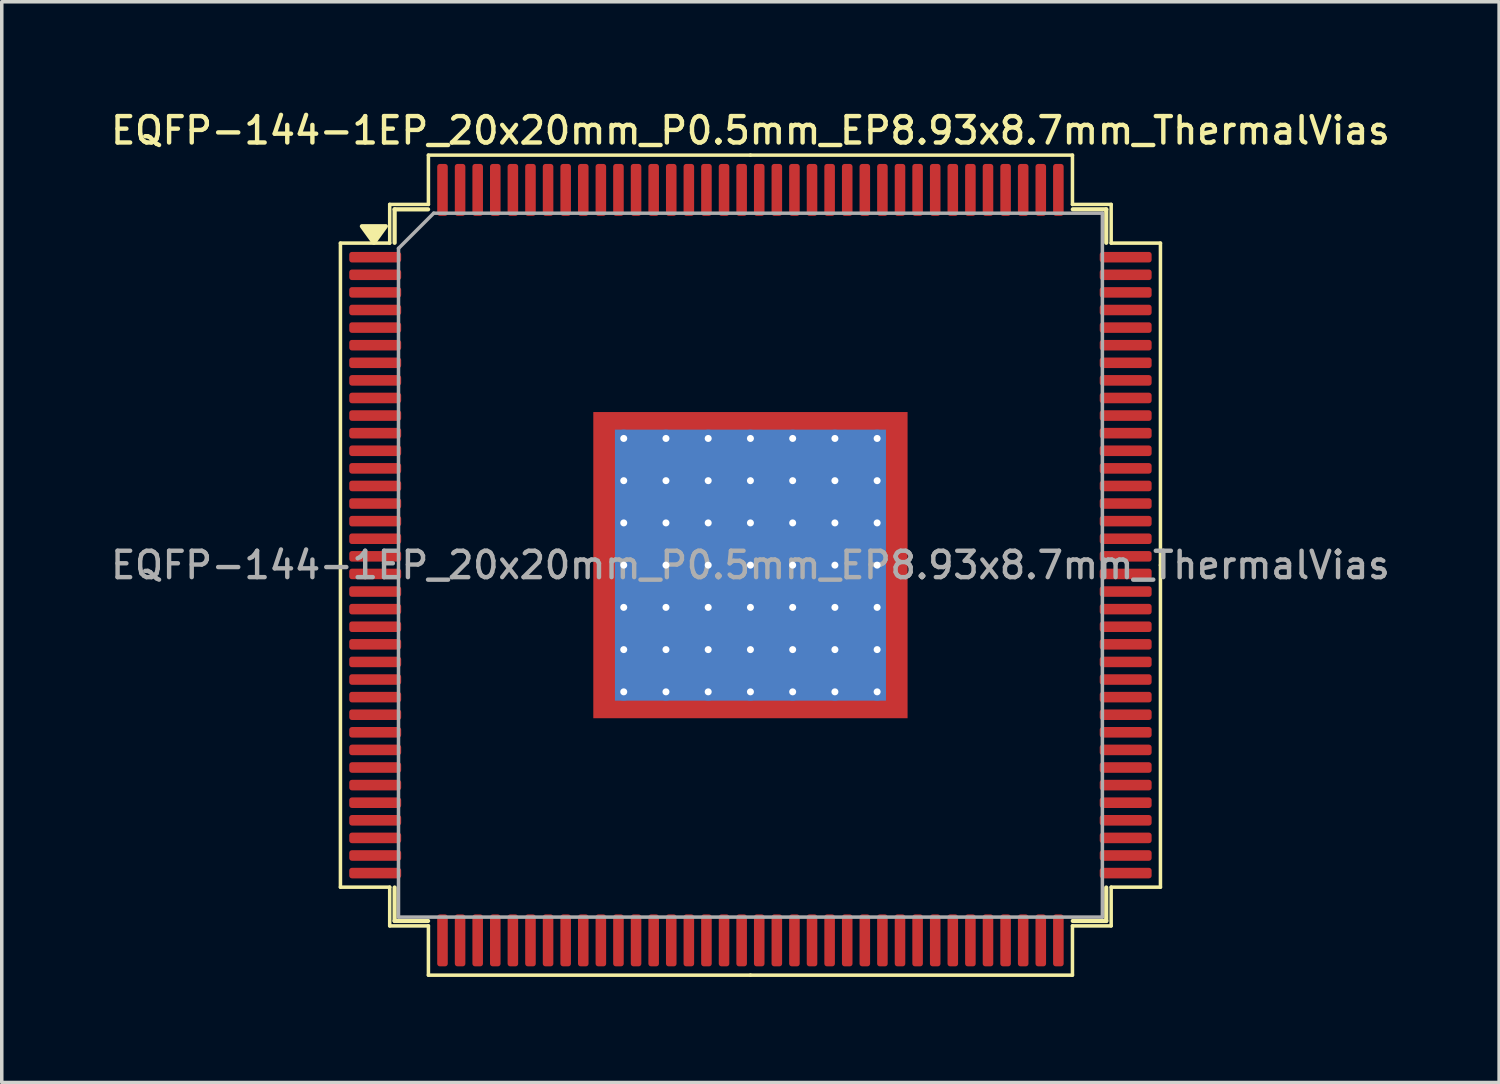
<source format=kicad_pcb>
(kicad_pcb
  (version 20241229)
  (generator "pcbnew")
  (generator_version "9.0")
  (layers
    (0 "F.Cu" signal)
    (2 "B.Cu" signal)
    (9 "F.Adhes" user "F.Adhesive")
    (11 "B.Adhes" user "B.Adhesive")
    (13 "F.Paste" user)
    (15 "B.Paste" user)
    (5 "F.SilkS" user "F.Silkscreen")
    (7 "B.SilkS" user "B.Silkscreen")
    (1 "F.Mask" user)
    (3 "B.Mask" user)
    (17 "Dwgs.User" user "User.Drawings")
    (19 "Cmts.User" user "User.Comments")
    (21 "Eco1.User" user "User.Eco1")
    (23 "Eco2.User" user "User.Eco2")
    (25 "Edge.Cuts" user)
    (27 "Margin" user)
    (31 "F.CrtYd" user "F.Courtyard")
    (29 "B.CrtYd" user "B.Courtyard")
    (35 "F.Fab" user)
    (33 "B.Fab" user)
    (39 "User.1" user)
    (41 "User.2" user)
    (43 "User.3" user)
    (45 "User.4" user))
  (footprint "EQFP-144-1EP_20x20mm_P0.5mm_EP8.93x8.7mm_ThermalVias"
    (layer "F.Cu")
    (at 18.273 13.008)
    (property "Reference" "EQFP-144-1EP_20x20mm_P0.5mm_EP8.93x8.7mm_ThermalVias" (at 0 -12.35 0) (layer "F.SilkS") (effects (font (size 0.75 0.75) (thickness 0.125))))
    (attr smd)
    (fp_line (start -11.65 -9.15) (end -11.65 0) (stroke (width 0.1) (type solid)) (layer "F.SilkS"))
    (fp_line (start -11.65 9.15) (end -11.65 0) (stroke (width 0.1) (type solid)) (layer "F.SilkS"))
    (fp_line (start -10.25 -10.25) (end -10.25 -9.15) (stroke (width 0.1) (type solid)) (layer "F.SilkS"))
    (fp_line (start -10.25 -9.15) (end -11.65 -9.15) (stroke (width 0.1) (type solid)) (layer "F.SilkS"))
    (fp_line (start -10.25 9.15) (end -11.65 9.15) (stroke (width 0.1) (type solid)) (layer "F.SilkS"))
    (fp_line (start -10.25 10.25) (end -10.25 9.15) (stroke (width 0.1) (type solid)) (layer "F.SilkS"))
    (fp_line (start -10.11 -10.11) (end -10.11 -9.16) (stroke (width 0.12) (type solid)) (layer "F.SilkS"))
    (fp_line (start -10.11 10.11) (end -10.11 9.16) (stroke (width 0.12) (type solid)) (layer "F.SilkS"))
    (fp_line (start -9.16 -10.11) (end -10.11 -10.11) (stroke (width 0.12) (type solid)) (layer "F.SilkS"))
    (fp_line (start -9.16 10.11) (end -10.11 10.11) (stroke (width 0.12) (type solid)) (layer "F.SilkS"))
    (fp_line (start -9.15 -11.65) (end -9.15 -10.25) (stroke (width 0.1) (type solid)) (layer "F.SilkS"))
    (fp_line (start -9.15 -10.25) (end -10.25 -10.25) (stroke (width 0.1) (type solid)) (layer "F.SilkS"))
    (fp_line (start -9.15 10.25) (end -10.25 10.25) (stroke (width 0.1) (type solid)) (layer "F.SilkS"))
    (fp_line (start -9.15 11.65) (end -9.15 10.25) (stroke (width 0.1) (type solid)) (layer "F.SilkS"))
    (fp_line (start 0 -11.65) (end -9.15 -11.65) (stroke (width 0.1) (type solid)) (layer "F.SilkS"))
    (fp_line (start 0 -11.65) (end 9.15 -11.65) (stroke (width 0.1) (type solid)) (layer "F.SilkS"))
    (fp_line (start 0 11.65) (end -9.15 11.65) (stroke (width 0.1) (type solid)) (layer "F.SilkS"))
    (fp_line (start 0 11.65) (end 9.15 11.65) (stroke (width 0.1) (type solid)) (layer "F.SilkS"))
    (fp_line (start 9.15 -11.65) (end 9.15 -10.25) (stroke (width 0.1) (type solid)) (layer "F.SilkS"))
    (fp_line (start 9.15 -10.25) (end 10.25 -10.25) (stroke (width 0.1) (type solid)) (layer "F.SilkS"))
    (fp_line (start 9.15 10.25) (end 10.25 10.25) (stroke (width 0.1) (type solid)) (layer "F.SilkS"))
    (fp_line (start 9.15 11.65) (end 9.15 10.25) (stroke (width 0.1) (type solid)) (layer "F.SilkS"))
    (fp_line (start 9.16 -10.11) (end 10.11 -10.11) (stroke (width 0.12) (type solid)) (layer "F.SilkS"))
    (fp_line (start 9.16 10.11) (end 10.11 10.11) (stroke (width 0.12) (type solid)) (layer "F.SilkS"))
    (fp_line (start 10.11 -10.11) (end 10.11 -9.16) (stroke (width 0.12) (type solid)) (layer "F.SilkS"))
    (fp_line (start 10.11 10.11) (end 10.11 9.16) (stroke (width 0.12) (type solid)) (layer "F.SilkS"))
    (fp_line (start 10.25 -10.25) (end 10.25 -9.15) (stroke (width 0.1) (type solid)) (layer "F.SilkS"))
    (fp_line (start 10.25 -9.15) (end 11.65 -9.15) (stroke (width 0.1) (type solid)) (layer "F.SilkS"))
    (fp_line (start 10.25 9.15) (end 11.65 9.15) (stroke (width 0.1) (type solid)) (layer "F.SilkS"))
    (fp_line (start 10.25 10.25) (end 10.25 9.15) (stroke (width 0.1) (type solid)) (layer "F.SilkS"))
    (fp_line (start 11.65 -9.15) (end 11.65 0) (stroke (width 0.1) (type solid)) (layer "F.SilkS"))
    (fp_line (start 11.65 9.15) (end 11.65 0) (stroke (width 0.1) (type solid)) (layer "F.SilkS"))
    (fp_poly (pts (xy -10.7 -9.16) (xy -11.04 -9.63) (xy -10.36 -9.63) (xy -10.7 -9.16)) (stroke (width 0.12) (type solid)) (fill yes) (layer "F.SilkS"))
    (fp_line (start -10 -9) (end -9 -10) (stroke (width 0.1) (type solid)) (layer "F.Fab"))
    (fp_line (start -10 10) (end -10 -9) (stroke (width 0.1) (type solid)) (layer "F.Fab"))
    (fp_line (start -9 -10) (end 10 -10) (stroke (width 0.1) (type solid)) (layer "F.Fab"))
    (fp_line (start 10 -10) (end 10 10) (stroke (width 0.1) (type solid)) (layer "F.Fab"))
    (fp_line (start 10 10) (end -10 10) (stroke (width 0.1) (type solid)) (layer "F.Fab"))
    (fp_text user "${REFERENCE}" (at 0 0 0) (layer "F.Fab") (effects (font (size 0.75 0.75) (thickness 0.125))))
    (pad "" smd custom (at -4.032 -3.975) (size 0.515 0.515) (layers "F.Paste") (options (anchor circle)) (primitives (gr_poly (pts (xy -0.259 -0.213) (xy 0.259 -0.213) (xy 0.259 0.139) (xy 0.185 0.213) (xy -0.259 0.213)) (width 0.179) (fill yes))))
    (pad "" smd roundrect (at -4.032 -3) (size 0.697 0.967) (layers "F.Paste") (roundrect_rratio 0.25))
    (pad "" smd roundrect (at -4.032 -1.8) (size 0.697 0.967) (layers "F.Paste") (roundrect_rratio 0.25))
    (pad "" smd roundrect (at -4.032 -0.6) (size 0.697 0.967) (layers "F.Paste") (roundrect_rratio 0.25))
    (pad "" smd roundrect (at -4.032 0.6) (size 0.697 0.967) (layers "F.Paste") (roundrect_rratio 0.25))
    (pad "" smd roundrect (at -4.032 1.8) (size 0.697 0.967) (layers "F.Paste") (roundrect_rratio 0.25))
    (pad "" smd roundrect (at -4.032 3) (size 0.697 0.967) (layers "F.Paste") (roundrect_rratio 0.25))
    (pad "" smd custom (at -4.032 3.975) (size 0.515 0.515) (layers "F.Paste") (options (anchor circle)) (primitives (gr_poly (pts (xy -0.259 -0.213) (xy 0.185 -0.213) (xy 0.259 -0.139) (xy 0.259 0.213) (xy -0.259 0.213)) (width 0.179) (fill yes))))
    (pad "" smd custom (at -3 -3.975) (size 0.538 0.538) (layers "F.Paste") (options (anchor circle)) (primitives (gr_poly (pts (xy -0.417 -0.236) (xy 0.417 -0.236) (xy 0.417 0.181) (xy 0.362 0.236) (xy -0.362 0.236) (xy -0.417 0.181)) (width 0.133) (fill yes))))
    (pad "" smd roundrect (at -3 -3) (size 0.967 0.967) (layers "F.Paste") (roundrect_rratio 0.25))
    (pad "" smd roundrect (at -3 -1.8) (size 0.967 0.967) (layers "F.Paste") (roundrect_rratio 0.25))
    (pad "" smd roundrect (at -3 -0.6) (size 0.967 0.967) (layers "F.Paste") (roundrect_rratio 0.25))
    (pad "" smd roundrect (at -3 0.6) (size 0.967 0.967) (layers "F.Paste") (roundrect_rratio 0.25))
    (pad "" smd roundrect (at -3 1.8) (size 0.967 0.967) (layers "F.Paste") (roundrect_rratio 0.25))
    (pad "" smd roundrect (at -3 3) (size 0.967 0.967) (layers "F.Paste") (roundrect_rratio 0.25))
    (pad "" smd custom (at -3 3.975) (size 0.538 0.538) (layers "F.Paste") (options (anchor circle)) (primitives (gr_poly (pts (xy -0.417 -0.181) (xy -0.362 -0.236) (xy 0.362 -0.236) (xy 0.417 -0.181) (xy 0.417 0.236) (xy -0.417 0.236)) (width 0.133) (fill yes))))
    (pad "" smd custom (at -1.8 -3.975) (size 0.538 0.538) (layers "F.Paste") (options (anchor circle)) (primitives (gr_poly (pts (xy -0.417 -0.236) (xy 0.417 -0.236) (xy 0.417 0.181) (xy 0.362 0.236) (xy -0.362 0.236) (xy -0.417 0.181)) (width 0.133) (fill yes))))
    (pad "" smd roundrect (at -1.8 -3) (size 0.967 0.967) (layers "F.Paste") (roundrect_rratio 0.25))
    (pad "" smd roundrect (at -1.8 -1.8) (size 0.967 0.967) (layers "F.Paste") (roundrect_rratio 0.25))
    (pad "" smd roundrect (at -1.8 -0.6) (size 0.967 0.967) (layers "F.Paste") (roundrect_rratio 0.25))
    (pad "" smd roundrect (at -1.8 0.6) (size 0.967 0.967) (layers "F.Paste") (roundrect_rratio 0.25))
    (pad "" smd roundrect (at -1.8 1.8) (size 0.967 0.967) (layers "F.Paste") (roundrect_rratio 0.25))
    (pad "" smd roundrect (at -1.8 3) (size 0.967 0.967) (layers "F.Paste") (roundrect_rratio 0.25))
    (pad "" smd custom (at -1.8 3.975) (size 0.538 0.538) (layers "F.Paste") (options (anchor circle)) (primitives (gr_poly (pts (xy -0.417 -0.181) (xy -0.362 -0.236) (xy 0.362 -0.236) (xy 0.417 -0.181) (xy 0.417 0.236) (xy -0.417 0.236)) (width 0.133) (fill yes))))
    (pad "" smd custom (at -0.6 -3.975) (size 0.538 0.538) (layers "F.Paste") (options (anchor circle)) (primitives (gr_poly (pts (xy -0.417 -0.236) (xy 0.417 -0.236) (xy 0.417 0.181) (xy 0.362 0.236) (xy -0.362 0.236) (xy -0.417 0.181)) (width 0.133) (fill yes))))
    (pad "" smd roundrect (at -0.6 -3) (size 0.967 0.967) (layers "F.Paste") (roundrect_rratio 0.25))
    (pad "" smd roundrect (at -0.6 -1.8) (size 0.967 0.967) (layers "F.Paste") (roundrect_rratio 0.25))
    (pad "" smd roundrect (at -0.6 -0.6) (size 0.967 0.967) (layers "F.Paste") (roundrect_rratio 0.25))
    (pad "" smd roundrect (at -0.6 0.6) (size 0.967 0.967) (layers "F.Paste") (roundrect_rratio 0.25))
    (pad "" smd roundrect (at -0.6 1.8) (size 0.967 0.967) (layers "F.Paste") (roundrect_rratio 0.25))
    (pad "" smd roundrect (at -0.6 3) (size 0.967 0.967) (layers "F.Paste") (roundrect_rratio 0.25))
    (pad "" smd custom (at -0.6 3.975) (size 0.538 0.538) (layers "F.Paste") (options (anchor circle)) (primitives (gr_poly (pts (xy -0.417 -0.181) (xy -0.362 -0.236) (xy 0.362 -0.236) (xy 0.417 -0.181) (xy 0.417 0.236) (xy -0.417 0.236)) (width 0.133) (fill yes))))
    (pad "" smd custom (at 0.6 -3.975) (size 0.538 0.538) (layers "F.Paste") (options (anchor circle)) (primitives (gr_poly (pts (xy -0.417 -0.236) (xy 0.417 -0.236) (xy 0.417 0.181) (xy 0.362 0.236) (xy -0.362 0.236) (xy -0.417 0.181)) (width 0.133) (fill yes))))
    (pad "" smd roundrect (at 0.6 -3) (size 0.967 0.967) (layers "F.Paste") (roundrect_rratio 0.25))
    (pad "" smd roundrect (at 0.6 -1.8) (size 0.967 0.967) (layers "F.Paste") (roundrect_rratio 0.25))
    (pad "" smd roundrect (at 0.6 -0.6) (size 0.967 0.967) (layers "F.Paste") (roundrect_rratio 0.25))
    (pad "" smd roundrect (at 0.6 0.6) (size 0.967 0.967) (layers "F.Paste") (roundrect_rratio 0.25))
    (pad "" smd roundrect (at 0.6 1.8) (size 0.967 0.967) (layers "F.Paste") (roundrect_rratio 0.25))
    (pad "" smd roundrect (at 0.6 3) (size 0.967 0.967) (layers "F.Paste") (roundrect_rratio 0.25))
    (pad "" smd custom (at 0.6 3.975) (size 0.538 0.538) (layers "F.Paste") (options (anchor circle)) (primitives (gr_poly (pts (xy -0.417 -0.181) (xy -0.362 -0.236) (xy 0.362 -0.236) (xy 0.417 -0.181) (xy 0.417 0.236) (xy -0.417 0.236)) (width 0.133) (fill yes))))
    (pad "" smd custom (at 1.8 -3.975) (size 0.538 0.538) (layers "F.Paste") (options (anchor circle)) (primitives (gr_poly (pts (xy -0.417 -0.236) (xy 0.417 -0.236) (xy 0.417 0.181) (xy 0.362 0.236) (xy -0.362 0.236) (xy -0.417 0.181)) (width 0.133) (fill yes))))
    (pad "" smd roundrect (at 1.8 -3) (size 0.967 0.967) (layers "F.Paste") (roundrect_rratio 0.25))
    (pad "" smd roundrect (at 1.8 -1.8) (size 0.967 0.967) (layers "F.Paste") (roundrect_rratio 0.25))
    (pad "" smd roundrect (at 1.8 -0.6) (size 0.967 0.967) (layers "F.Paste") (roundrect_rratio 0.25))
    (pad "" smd roundrect (at 1.8 0.6) (size 0.967 0.967) (layers "F.Paste") (roundrect_rratio 0.25))
    (pad "" smd roundrect (at 1.8 1.8) (size 0.967 0.967) (layers "F.Paste") (roundrect_rratio 0.25))
    (pad "" smd roundrect (at 1.8 3) (size 0.967 0.967) (layers "F.Paste") (roundrect_rratio 0.25))
    (pad "" smd custom (at 1.8 3.975) (size 0.538 0.538) (layers "F.Paste") (options (anchor circle)) (primitives (gr_poly (pts (xy -0.417 -0.181) (xy -0.362 -0.236) (xy 0.362 -0.236) (xy 0.417 -0.181) (xy 0.417 0.236) (xy -0.417 0.236)) (width 0.133) (fill yes))))
    (pad "" smd custom (at 3 -3.975) (size 0.538 0.538) (layers "F.Paste") (options (anchor circle)) (primitives (gr_poly (pts (xy -0.417 -0.236) (xy 0.417 -0.236) (xy 0.417 0.181) (xy 0.362 0.236) (xy -0.362 0.236) (xy -0.417 0.181)) (width 0.133) (fill yes))))
    (pad "" smd roundrect (at 3 -3) (size 0.967 0.967) (layers "F.Paste") (roundrect_rratio 0.25))
    (pad "" smd roundrect (at 3 -1.8) (size 0.967 0.967) (layers "F.Paste") (roundrect_rratio 0.25))
    (pad "" smd roundrect (at 3 -0.6) (size 0.967 0.967) (layers "F.Paste") (roundrect_rratio 0.25))
    (pad "" smd roundrect (at 3 0.6) (size 0.967 0.967) (layers "F.Paste") (roundrect_rratio 0.25))
    (pad "" smd roundrect (at 3 1.8) (size 0.967 0.967) (layers "F.Paste") (roundrect_rratio 0.25))
    (pad "" smd roundrect (at 3 3) (size 0.967 0.967) (layers "F.Paste") (roundrect_rratio 0.25))
    (pad "" smd custom (at 3 3.975) (size 0.538 0.538) (layers "F.Paste") (options (anchor circle)) (primitives (gr_poly (pts (xy -0.417 -0.181) (xy -0.362 -0.236) (xy 0.362 -0.236) (xy 0.417 -0.181) (xy 0.417 0.236) (xy -0.417 0.236)) (width 0.133) (fill yes))))
    (pad "" smd custom (at 4.032 -3.975) (size 0.515 0.515) (layers "F.Paste") (options (anchor circle)) (primitives (gr_poly (pts (xy -0.259 -0.213) (xy 0.259 -0.213) (xy 0.259 0.213) (xy -0.185 0.213) (xy -0.259 0.139)) (width 0.179) (fill yes))))
    (pad "" smd roundrect (at 4.032 -3) (size 0.697 0.967) (layers "F.Paste") (roundrect_rratio 0.25))
    (pad "" smd roundrect (at 4.032 -1.8) (size 0.697 0.967) (layers "F.Paste") (roundrect_rratio 0.25))
    (pad "" smd roundrect (at 4.032 -0.6) (size 0.697 0.967) (layers "F.Paste") (roundrect_rratio 0.25))
    (pad "" smd roundrect (at 4.032 0.6) (size 0.697 0.967) (layers "F.Paste") (roundrect_rratio 0.25))
    (pad "" smd roundrect (at 4.032 1.8) (size 0.697 0.967) (layers "F.Paste") (roundrect_rratio 0.25))
    (pad "" smd roundrect (at 4.032 3) (size 0.697 0.967) (layers "F.Paste") (roundrect_rratio 0.25))
    (pad "" smd custom (at 4.032 3.975) (size 0.515 0.515) (layers "F.Paste") (options (anchor circle)) (primitives (gr_poly (pts (xy -0.259 -0.139) (xy -0.185 -0.213) (xy 0.259 -0.213) (xy 0.259 0.213) (xy -0.259 0.213)) (width 0.179) (fill yes))))
    (pad "1" smd roundrect (at -10.662 -8.75) (size 1.475 0.3) (layers "F.Cu" "F.Mask" "F.Paste") (roundrect_rratio 0.25))
    (pad "2" smd roundrect (at -10.662 -8.25) (size 1.475 0.3) (layers "F.Cu" "F.Mask" "F.Paste") (roundrect_rratio 0.25))
    (pad "3" smd roundrect (at -10.662 -7.75) (size 1.475 0.3) (layers "F.Cu" "F.Mask" "F.Paste") (roundrect_rratio 0.25))
    (pad "4" smd roundrect (at -10.662 -7.25) (size 1.475 0.3) (layers "F.Cu" "F.Mask" "F.Paste") (roundrect_rratio 0.25))
    (pad "5" smd roundrect (at -10.662 -6.75) (size 1.475 0.3) (layers "F.Cu" "F.Mask" "F.Paste") (roundrect_rratio 0.25))
    (pad "6" smd roundrect (at -10.662 -6.25) (size 1.475 0.3) (layers "F.Cu" "F.Mask" "F.Paste") (roundrect_rratio 0.25))
    (pad "7" smd roundrect (at -10.662 -5.75) (size 1.475 0.3) (layers "F.Cu" "F.Mask" "F.Paste") (roundrect_rratio 0.25))
    (pad "8" smd roundrect (at -10.662 -5.25) (size 1.475 0.3) (layers "F.Cu" "F.Mask" "F.Paste") (roundrect_rratio 0.25))
    (pad "9" smd roundrect (at -10.662 -4.75) (size 1.475 0.3) (layers "F.Cu" "F.Mask" "F.Paste") (roundrect_rratio 0.25))
    (pad "10" smd roundrect (at -10.662 -4.25) (size 1.475 0.3) (layers "F.Cu" "F.Mask" "F.Paste") (roundrect_rratio 0.25))
    (pad "11" smd roundrect (at -10.662 -3.75) (size 1.475 0.3) (layers "F.Cu" "F.Mask" "F.Paste") (roundrect_rratio 0.25))
    (pad "12" smd roundrect (at -10.662 -3.25) (size 1.475 0.3) (layers "F.Cu" "F.Mask" "F.Paste") (roundrect_rratio 0.25))
    (pad "13" smd roundrect (at -10.662 -2.75) (size 1.475 0.3) (layers "F.Cu" "F.Mask" "F.Paste") (roundrect_rratio 0.25))
    (pad "14" smd roundrect (at -10.662 -2.25) (size 1.475 0.3) (layers "F.Cu" "F.Mask" "F.Paste") (roundrect_rratio 0.25))
    (pad "15" smd roundrect (at -10.662 -1.75) (size 1.475 0.3) (layers "F.Cu" "F.Mask" "F.Paste") (roundrect_rratio 0.25))
    (pad "16" smd roundrect (at -10.662 -1.25) (size 1.475 0.3) (layers "F.Cu" "F.Mask" "F.Paste") (roundrect_rratio 0.25))
    (pad "17" smd roundrect (at -10.662 -0.75) (size 1.475 0.3) (layers "F.Cu" "F.Mask" "F.Paste") (roundrect_rratio 0.25))
    (pad "18" smd roundrect (at -10.662 -0.25) (size 1.475 0.3) (layers "F.Cu" "F.Mask" "F.Paste") (roundrect_rratio 0.25))
    (pad "19" smd roundrect (at -10.662 0.25) (size 1.475 0.3) (layers "F.Cu" "F.Mask" "F.Paste") (roundrect_rratio 0.25))
    (pad "20" smd roundrect (at -10.662 0.75) (size 1.475 0.3) (layers "F.Cu" "F.Mask" "F.Paste") (roundrect_rratio 0.25))
    (pad "21" smd roundrect (at -10.662 1.25) (size 1.475 0.3) (layers "F.Cu" "F.Mask" "F.Paste") (roundrect_rratio 0.25))
    (pad "22" smd roundrect (at -10.662 1.75) (size 1.475 0.3) (layers "F.Cu" "F.Mask" "F.Paste") (roundrect_rratio 0.25))
    (pad "23" smd roundrect (at -10.662 2.25) (size 1.475 0.3) (layers "F.Cu" "F.Mask" "F.Paste") (roundrect_rratio 0.25))
    (pad "24" smd roundrect (at -10.662 2.75) (size 1.475 0.3) (layers "F.Cu" "F.Mask" "F.Paste") (roundrect_rratio 0.25))
    (pad "25" smd roundrect (at -10.662 3.25) (size 1.475 0.3) (layers "F.Cu" "F.Mask" "F.Paste") (roundrect_rratio 0.25))
    (pad "26" smd roundrect (at -10.662 3.75) (size 1.475 0.3) (layers "F.Cu" "F.Mask" "F.Paste") (roundrect_rratio 0.25))
    (pad "27" smd roundrect (at -10.662 4.25) (size 1.475 0.3) (layers "F.Cu" "F.Mask" "F.Paste") (roundrect_rratio 0.25))
    (pad "28" smd roundrect (at -10.662 4.75) (size 1.475 0.3) (layers "F.Cu" "F.Mask" "F.Paste") (roundrect_rratio 0.25))
    (pad "29" smd roundrect (at -10.662 5.25) (size 1.475 0.3) (layers "F.Cu" "F.Mask" "F.Paste") (roundrect_rratio 0.25))
    (pad "30" smd roundrect (at -10.662 5.75) (size 1.475 0.3) (layers "F.Cu" "F.Mask" "F.Paste") (roundrect_rratio 0.25))
    (pad "31" smd roundrect (at -10.662 6.25) (size 1.475 0.3) (layers "F.Cu" "F.Mask" "F.Paste") (roundrect_rratio 0.25))
    (pad "32" smd roundrect (at -10.662 6.75) (size 1.475 0.3) (layers "F.Cu" "F.Mask" "F.Paste") (roundrect_rratio 0.25))
    (pad "33" smd roundrect (at -10.662 7.25) (size 1.475 0.3) (layers "F.Cu" "F.Mask" "F.Paste") (roundrect_rratio 0.25))
    (pad "34" smd roundrect (at -10.662 7.75) (size 1.475 0.3) (layers "F.Cu" "F.Mask" "F.Paste") (roundrect_rratio 0.25))
    (pad "35" smd roundrect (at -10.662 8.25) (size 1.475 0.3) (layers "F.Cu" "F.Mask" "F.Paste") (roundrect_rratio 0.25))
    (pad "36" smd roundrect (at -10.662 8.75) (size 1.475 0.3) (layers "F.Cu" "F.Mask" "F.Paste") (roundrect_rratio 0.25))
    (pad "37" smd roundrect (at -8.75 10.662) (size 0.3 1.475) (layers "F.Cu" "F.Mask" "F.Paste") (roundrect_rratio 0.25))
    (pad "38" smd roundrect (at -8.25 10.662) (size 0.3 1.475) (layers "F.Cu" "F.Mask" "F.Paste") (roundrect_rratio 0.25))
    (pad "39" smd roundrect (at -7.75 10.662) (size 0.3 1.475) (layers "F.Cu" "F.Mask" "F.Paste") (roundrect_rratio 0.25))
    (pad "40" smd roundrect (at -7.25 10.662) (size 0.3 1.475) (layers "F.Cu" "F.Mask" "F.Paste") (roundrect_rratio 0.25))
    (pad "41" smd roundrect (at -6.75 10.662) (size 0.3 1.475) (layers "F.Cu" "F.Mask" "F.Paste") (roundrect_rratio 0.25))
    (pad "42" smd roundrect (at -6.25 10.662) (size 0.3 1.475) (layers "F.Cu" "F.Mask" "F.Paste") (roundrect_rratio 0.25))
    (pad "43" smd roundrect (at -5.75 10.662) (size 0.3 1.475) (layers "F.Cu" "F.Mask" "F.Paste") (roundrect_rratio 0.25))
    (pad "44" smd roundrect (at -5.25 10.662) (size 0.3 1.475) (layers "F.Cu" "F.Mask" "F.Paste") (roundrect_rratio 0.25))
    (pad "45" smd roundrect (at -4.75 10.662) (size 0.3 1.475) (layers "F.Cu" "F.Mask" "F.Paste") (roundrect_rratio 0.25))
    (pad "46" smd roundrect (at -4.25 10.662) (size 0.3 1.475) (layers "F.Cu" "F.Mask" "F.Paste") (roundrect_rratio 0.25))
    (pad "47" smd roundrect (at -3.75 10.662) (size 0.3 1.475) (layers "F.Cu" "F.Mask" "F.Paste") (roundrect_rratio 0.25))
    (pad "48" smd roundrect (at -3.25 10.662) (size 0.3 1.475) (layers "F.Cu" "F.Mask" "F.Paste") (roundrect_rratio 0.25))
    (pad "49" smd roundrect (at -2.75 10.662) (size 0.3 1.475) (layers "F.Cu" "F.Mask" "F.Paste") (roundrect_rratio 0.25))
    (pad "50" smd roundrect (at -2.25 10.662) (size 0.3 1.475) (layers "F.Cu" "F.Mask" "F.Paste") (roundrect_rratio 0.25))
    (pad "51" smd roundrect (at -1.75 10.662) (size 0.3 1.475) (layers "F.Cu" "F.Mask" "F.Paste") (roundrect_rratio 0.25))
    (pad "52" smd roundrect (at -1.25 10.662) (size 0.3 1.475) (layers "F.Cu" "F.Mask" "F.Paste") (roundrect_rratio 0.25))
    (pad "53" smd roundrect (at -0.75 10.662) (size 0.3 1.475) (layers "F.Cu" "F.Mask" "F.Paste") (roundrect_rratio 0.25))
    (pad "54" smd roundrect (at -0.25 10.662) (size 0.3 1.475) (layers "F.Cu" "F.Mask" "F.Paste") (roundrect_rratio 0.25))
    (pad "55" smd roundrect (at 0.25 10.662) (size 0.3 1.475) (layers "F.Cu" "F.Mask" "F.Paste") (roundrect_rratio 0.25))
    (pad "56" smd roundrect (at 0.75 10.662) (size 0.3 1.475) (layers "F.Cu" "F.Mask" "F.Paste") (roundrect_rratio 0.25))
    (pad "57" smd roundrect (at 1.25 10.662) (size 0.3 1.475) (layers "F.Cu" "F.Mask" "F.Paste") (roundrect_rratio 0.25))
    (pad "58" smd roundrect (at 1.75 10.662) (size 0.3 1.475) (layers "F.Cu" "F.Mask" "F.Paste") (roundrect_rratio 0.25))
    (pad "59" smd roundrect (at 2.25 10.662) (size 0.3 1.475) (layers "F.Cu" "F.Mask" "F.Paste") (roundrect_rratio 0.25))
    (pad "60" smd roundrect (at 2.75 10.662) (size 0.3 1.475) (layers "F.Cu" "F.Mask" "F.Paste") (roundrect_rratio 0.25))
    (pad "61" smd roundrect (at 3.25 10.662) (size 0.3 1.475) (layers "F.Cu" "F.Mask" "F.Paste") (roundrect_rratio 0.25))
    (pad "62" smd roundrect (at 3.75 10.662) (size 0.3 1.475) (layers "F.Cu" "F.Mask" "F.Paste") (roundrect_rratio 0.25))
    (pad "63" smd roundrect (at 4.25 10.662) (size 0.3 1.475) (layers "F.Cu" "F.Mask" "F.Paste") (roundrect_rratio 0.25))
    (pad "64" smd roundrect (at 4.75 10.662) (size 0.3 1.475) (layers "F.Cu" "F.Mask" "F.Paste") (roundrect_rratio 0.25))
    (pad "65" smd roundrect (at 5.25 10.662) (size 0.3 1.475) (layers "F.Cu" "F.Mask" "F.Paste") (roundrect_rratio 0.25))
    (pad "66" smd roundrect (at 5.75 10.662) (size 0.3 1.475) (layers "F.Cu" "F.Mask" "F.Paste") (roundrect_rratio 0.25))
    (pad "67" smd roundrect (at 6.25 10.662) (size 0.3 1.475) (layers "F.Cu" "F.Mask" "F.Paste") (roundrect_rratio 0.25))
    (pad "68" smd roundrect (at 6.75 10.662) (size 0.3 1.475) (layers "F.Cu" "F.Mask" "F.Paste") (roundrect_rratio 0.25))
    (pad "69" smd roundrect (at 7.25 10.662) (size 0.3 1.475) (layers "F.Cu" "F.Mask" "F.Paste") (roundrect_rratio 0.25))
    (pad "70" smd roundrect (at 7.75 10.662) (size 0.3 1.475) (layers "F.Cu" "F.Mask" "F.Paste") (roundrect_rratio 0.25))
    (pad "71" smd roundrect (at 8.25 10.662) (size 0.3 1.475) (layers "F.Cu" "F.Mask" "F.Paste") (roundrect_rratio 0.25))
    (pad "72" smd roundrect (at 8.75 10.662) (size 0.3 1.475) (layers "F.Cu" "F.Mask" "F.Paste") (roundrect_rratio 0.25))
    (pad "73" smd roundrect (at 10.662 8.75) (size 1.475 0.3) (layers "F.Cu" "F.Mask" "F.Paste") (roundrect_rratio 0.25))
    (pad "74" smd roundrect (at 10.662 8.25) (size 1.475 0.3) (layers "F.Cu" "F.Mask" "F.Paste") (roundrect_rratio 0.25))
    (pad "75" smd roundrect (at 10.662 7.75) (size 1.475 0.3) (layers "F.Cu" "F.Mask" "F.Paste") (roundrect_rratio 0.25))
    (pad "76" smd roundrect (at 10.662 7.25) (size 1.475 0.3) (layers "F.Cu" "F.Mask" "F.Paste") (roundrect_rratio 0.25))
    (pad "77" smd roundrect (at 10.662 6.75) (size 1.475 0.3) (layers "F.Cu" "F.Mask" "F.Paste") (roundrect_rratio 0.25))
    (pad "78" smd roundrect (at 10.662 6.25) (size 1.475 0.3) (layers "F.Cu" "F.Mask" "F.Paste") (roundrect_rratio 0.25))
    (pad "79" smd roundrect (at 10.662 5.75) (size 1.475 0.3) (layers "F.Cu" "F.Mask" "F.Paste") (roundrect_rratio 0.25))
    (pad "80" smd roundrect (at 10.662 5.25) (size 1.475 0.3) (layers "F.Cu" "F.Mask" "F.Paste") (roundrect_rratio 0.25))
    (pad "81" smd roundrect (at 10.662 4.75) (size 1.475 0.3) (layers "F.Cu" "F.Mask" "F.Paste") (roundrect_rratio 0.25))
    (pad "82" smd roundrect (at 10.662 4.25) (size 1.475 0.3) (layers "F.Cu" "F.Mask" "F.Paste") (roundrect_rratio 0.25))
    (pad "83" smd roundrect (at 10.662 3.75) (size 1.475 0.3) (layers "F.Cu" "F.Mask" "F.Paste") (roundrect_rratio 0.25))
    (pad "84" smd roundrect (at 10.662 3.25) (size 1.475 0.3) (layers "F.Cu" "F.Mask" "F.Paste") (roundrect_rratio 0.25))
    (pad "85" smd roundrect (at 10.662 2.75) (size 1.475 0.3) (layers "F.Cu" "F.Mask" "F.Paste") (roundrect_rratio 0.25))
    (pad "86" smd roundrect (at 10.662 2.25) (size 1.475 0.3) (layers "F.Cu" "F.Mask" "F.Paste") (roundrect_rratio 0.25))
    (pad "87" smd roundrect (at 10.662 1.75) (size 1.475 0.3) (layers "F.Cu" "F.Mask" "F.Paste") (roundrect_rratio 0.25))
    (pad "88" smd roundrect (at 10.662 1.25) (size 1.475 0.3) (layers "F.Cu" "F.Mask" "F.Paste") (roundrect_rratio 0.25))
    (pad "89" smd roundrect (at 10.662 0.75) (size 1.475 0.3) (layers "F.Cu" "F.Mask" "F.Paste") (roundrect_rratio 0.25))
    (pad "90" smd roundrect (at 10.662 0.25) (size 1.475 0.3) (layers "F.Cu" "F.Mask" "F.Paste") (roundrect_rratio 0.25))
    (pad "91" smd roundrect (at 10.662 -0.25) (size 1.475 0.3) (layers "F.Cu" "F.Mask" "F.Paste") (roundrect_rratio 0.25))
    (pad "92" smd roundrect (at 10.662 -0.75) (size 1.475 0.3) (layers "F.Cu" "F.Mask" "F.Paste") (roundrect_rratio 0.25))
    (pad "93" smd roundrect (at 10.662 -1.25) (size 1.475 0.3) (layers "F.Cu" "F.Mask" "F.Paste") (roundrect_rratio 0.25))
    (pad "94" smd roundrect (at 10.662 -1.75) (size 1.475 0.3) (layers "F.Cu" "F.Mask" "F.Paste") (roundrect_rratio 0.25))
    (pad "95" smd roundrect (at 10.662 -2.25) (size 1.475 0.3) (layers "F.Cu" "F.Mask" "F.Paste") (roundrect_rratio 0.25))
    (pad "96" smd roundrect (at 10.662 -2.75) (size 1.475 0.3) (layers "F.Cu" "F.Mask" "F.Paste") (roundrect_rratio 0.25))
    (pad "97" smd roundrect (at 10.662 -3.25) (size 1.475 0.3) (layers "F.Cu" "F.Mask" "F.Paste") (roundrect_rratio 0.25))
    (pad "98" smd roundrect (at 10.662 -3.75) (size 1.475 0.3) (layers "F.Cu" "F.Mask" "F.Paste") (roundrect_rratio 0.25))
    (pad "99" smd roundrect (at 10.662 -4.25) (size 1.475 0.3) (layers "F.Cu" "F.Mask" "F.Paste") (roundrect_rratio 0.25))
    (pad "100" smd roundrect (at 10.662 -4.75) (size 1.475 0.3) (layers "F.Cu" "F.Mask" "F.Paste") (roundrect_rratio 0.25))
    (pad "101" smd roundrect (at 10.662 -5.25) (size 1.475 0.3) (layers "F.Cu" "F.Mask" "F.Paste") (roundrect_rratio 0.25))
    (pad "102" smd roundrect (at 10.662 -5.75) (size 1.475 0.3) (layers "F.Cu" "F.Mask" "F.Paste") (roundrect_rratio 0.25))
    (pad "103" smd roundrect (at 10.662 -6.25) (size 1.475 0.3) (layers "F.Cu" "F.Mask" "F.Paste") (roundrect_rratio 0.25))
    (pad "104" smd roundrect (at 10.662 -6.75) (size 1.475 0.3) (layers "F.Cu" "F.Mask" "F.Paste") (roundrect_rratio 0.25))
    (pad "105" smd roundrect (at 10.662 -7.25) (size 1.475 0.3) (layers "F.Cu" "F.Mask" "F.Paste") (roundrect_rratio 0.25))
    (pad "106" smd roundrect (at 10.662 -7.75) (size 1.475 0.3) (layers "F.Cu" "F.Mask" "F.Paste") (roundrect_rratio 0.25))
    (pad "107" smd roundrect (at 10.662 -8.25) (size 1.475 0.3) (layers "F.Cu" "F.Mask" "F.Paste") (roundrect_rratio 0.25))
    (pad "108" smd roundrect (at 10.662 -8.75) (size 1.475 0.3) (layers "F.Cu" "F.Mask" "F.Paste") (roundrect_rratio 0.25))
    (pad "109" smd roundrect (at 8.75 -10.662) (size 0.3 1.475) (layers "F.Cu" "F.Mask" "F.Paste") (roundrect_rratio 0.25))
    (pad "110" smd roundrect (at 8.25 -10.662) (size 0.3 1.475) (layers "F.Cu" "F.Mask" "F.Paste") (roundrect_rratio 0.25))
    (pad "111" smd roundrect (at 7.75 -10.662) (size 0.3 1.475) (layers "F.Cu" "F.Mask" "F.Paste") (roundrect_rratio 0.25))
    (pad "112" smd roundrect (at 7.25 -10.662) (size 0.3 1.475) (layers "F.Cu" "F.Mask" "F.Paste") (roundrect_rratio 0.25))
    (pad "113" smd roundrect (at 6.75 -10.662) (size 0.3 1.475) (layers "F.Cu" "F.Mask" "F.Paste") (roundrect_rratio 0.25))
    (pad "114" smd roundrect (at 6.25 -10.662) (size 0.3 1.475) (layers "F.Cu" "F.Mask" "F.Paste") (roundrect_rratio 0.25))
    (pad "115" smd roundrect (at 5.75 -10.662) (size 0.3 1.475) (layers "F.Cu" "F.Mask" "F.Paste") (roundrect_rratio 0.25))
    (pad "116" smd roundrect (at 5.25 -10.662) (size 0.3 1.475) (layers "F.Cu" "F.Mask" "F.Paste") (roundrect_rratio 0.25))
    (pad "117" smd roundrect (at 4.75 -10.662) (size 0.3 1.475) (layers "F.Cu" "F.Mask" "F.Paste") (roundrect_rratio 0.25))
    (pad "118" smd roundrect (at 4.25 -10.662) (size 0.3 1.475) (layers "F.Cu" "F.Mask" "F.Paste") (roundrect_rratio 0.25))
    (pad "119" smd roundrect (at 3.75 -10.662) (size 0.3 1.475) (layers "F.Cu" "F.Mask" "F.Paste") (roundrect_rratio 0.25))
    (pad "120" smd roundrect (at 3.25 -10.662) (size 0.3 1.475) (layers "F.Cu" "F.Mask" "F.Paste") (roundrect_rratio 0.25))
    (pad "121" smd roundrect (at 2.75 -10.662) (size 0.3 1.475) (layers "F.Cu" "F.Mask" "F.Paste") (roundrect_rratio 0.25))
    (pad "122" smd roundrect (at 2.25 -10.662) (size 0.3 1.475) (layers "F.Cu" "F.Mask" "F.Paste") (roundrect_rratio 0.25))
    (pad "123" smd roundrect (at 1.75 -10.662) (size 0.3 1.475) (layers "F.Cu" "F.Mask" "F.Paste") (roundrect_rratio 0.25))
    (pad "124" smd roundrect (at 1.25 -10.662) (size 0.3 1.475) (layers "F.Cu" "F.Mask" "F.Paste") (roundrect_rratio 0.25))
    (pad "125" smd roundrect (at 0.75 -10.662) (size 0.3 1.475) (layers "F.Cu" "F.Mask" "F.Paste") (roundrect_rratio 0.25))
    (pad "126" smd roundrect (at 0.25 -10.662) (size 0.3 1.475) (layers "F.Cu" "F.Mask" "F.Paste") (roundrect_rratio 0.25))
    (pad "127" smd roundrect (at -0.25 -10.662) (size 0.3 1.475) (layers "F.Cu" "F.Mask" "F.Paste") (roundrect_rratio 0.25))
    (pad "128" smd roundrect (at -0.75 -10.662) (size 0.3 1.475) (layers "F.Cu" "F.Mask" "F.Paste") (roundrect_rratio 0.25))
    (pad "129" smd roundrect (at -1.25 -10.662) (size 0.3 1.475) (layers "F.Cu" "F.Mask" "F.Paste") (roundrect_rratio 0.25))
    (pad "130" smd roundrect (at -1.75 -10.662) (size 0.3 1.475) (layers "F.Cu" "F.Mask" "F.Paste") (roundrect_rratio 0.25))
    (pad "131" smd roundrect (at -2.25 -10.662) (size 0.3 1.475) (layers "F.Cu" "F.Mask" "F.Paste") (roundrect_rratio 0.25))
    (pad "132" smd roundrect (at -2.75 -10.662) (size 0.3 1.475) (layers "F.Cu" "F.Mask" "F.Paste") (roundrect_rratio 0.25))
    (pad "133" smd roundrect (at -3.25 -10.662) (size 0.3 1.475) (layers "F.Cu" "F.Mask" "F.Paste") (roundrect_rratio 0.25))
    (pad "134" smd roundrect (at -3.75 -10.662) (size 0.3 1.475) (layers "F.Cu" "F.Mask" "F.Paste") (roundrect_rratio 0.25))
    (pad "135" smd roundrect (at -4.25 -10.662) (size 0.3 1.475) (layers "F.Cu" "F.Mask" "F.Paste") (roundrect_rratio 0.25))
    (pad "136" smd roundrect (at -4.75 -10.662) (size 0.3 1.475) (layers "F.Cu" "F.Mask" "F.Paste") (roundrect_rratio 0.25))
    (pad "137" smd roundrect (at -5.25 -10.662) (size 0.3 1.475) (layers "F.Cu" "F.Mask" "F.Paste") (roundrect_rratio 0.25))
    (pad "138" smd roundrect (at -5.75 -10.662) (size 0.3 1.475) (layers "F.Cu" "F.Mask" "F.Paste") (roundrect_rratio 0.25))
    (pad "139" smd roundrect (at -6.25 -10.662) (size 0.3 1.475) (layers "F.Cu" "F.Mask" "F.Paste") (roundrect_rratio 0.25))
    (pad "140" smd roundrect (at -6.75 -10.662) (size 0.3 1.475) (layers "F.Cu" "F.Mask" "F.Paste") (roundrect_rratio 0.25))
    (pad "141" smd roundrect (at -7.25 -10.662) (size 0.3 1.475) (layers "F.Cu" "F.Mask" "F.Paste") (roundrect_rratio 0.25))
    (pad "142" smd roundrect (at -7.75 -10.662) (size 0.3 1.475) (layers "F.Cu" "F.Mask" "F.Paste") (roundrect_rratio 0.25))
    (pad "143" smd roundrect (at -8.25 -10.662) (size 0.3 1.475) (layers "F.Cu" "F.Mask" "F.Paste") (roundrect_rratio 0.25))
    (pad "144" smd roundrect (at -8.75 -10.662) (size 0.3 1.475) (layers "F.Cu" "F.Mask" "F.Paste") (roundrect_rratio 0.25))
    (pad "145" thru_hole circle (at -3.6 -3.6) (size 0.5 0.5) (drill 0.2) (property pad_prop_heatsink) (layers "*.Cu"))
    (pad "145" thru_hole circle (at -3.6 -2.4) (size 0.5 0.5) (drill 0.2) (property pad_prop_heatsink) (layers "*.Cu"))
    (pad "145" thru_hole circle (at -3.6 -1.2) (size 0.5 0.5) (drill 0.2) (property pad_prop_heatsink) (layers "*.Cu"))
    (pad "145" thru_hole circle (at -3.6 0) (size 0.5 0.5) (drill 0.2) (property pad_prop_heatsink) (layers "*.Cu"))
    (pad "145" thru_hole circle (at -3.6 1.2) (size 0.5 0.5) (drill 0.2) (property pad_prop_heatsink) (layers "*.Cu"))
    (pad "145" thru_hole circle (at -3.6 2.4) (size 0.5 0.5) (drill 0.2) (property pad_prop_heatsink) (layers "*.Cu"))
    (pad "145" thru_hole circle (at -3.6 3.6) (size 0.5 0.5) (drill 0.2) (property pad_prop_heatsink) (layers "*.Cu"))
    (pad "145" thru_hole circle (at -2.4 -3.6) (size 0.5 0.5) (drill 0.2) (property pad_prop_heatsink) (layers "*.Cu"))
    (pad "145" thru_hole circle (at -2.4 -2.4) (size 0.5 0.5) (drill 0.2) (property pad_prop_heatsink) (layers "*.Cu"))
    (pad "145" thru_hole circle (at -2.4 -1.2) (size 0.5 0.5) (drill 0.2) (property pad_prop_heatsink) (layers "*.Cu"))
    (pad "145" thru_hole circle (at -2.4 0) (size 0.5 0.5) (drill 0.2) (property pad_prop_heatsink) (layers "*.Cu"))
    (pad "145" thru_hole circle (at -2.4 1.2) (size 0.5 0.5) (drill 0.2) (property pad_prop_heatsink) (layers "*.Cu"))
    (pad "145" thru_hole circle (at -2.4 2.4) (size 0.5 0.5) (drill 0.2) (property pad_prop_heatsink) (layers "*.Cu"))
    (pad "145" thru_hole circle (at -2.4 3.6) (size 0.5 0.5) (drill 0.2) (property pad_prop_heatsink) (layers "*.Cu"))
    (pad "145" thru_hole circle (at -1.2 -3.6) (size 0.5 0.5) (drill 0.2) (property pad_prop_heatsink) (layers "*.Cu"))
    (pad "145" thru_hole circle (at -1.2 -2.4) (size 0.5 0.5) (drill 0.2) (property pad_prop_heatsink) (layers "*.Cu"))
    (pad "145" thru_hole circle (at -1.2 -1.2) (size 0.5 0.5) (drill 0.2) (property pad_prop_heatsink) (layers "*.Cu"))
    (pad "145" thru_hole circle (at -1.2 0) (size 0.5 0.5) (drill 0.2) (property pad_prop_heatsink) (layers "*.Cu"))
    (pad "145" thru_hole circle (at -1.2 1.2) (size 0.5 0.5) (drill 0.2) (property pad_prop_heatsink) (layers "*.Cu"))
    (pad "145" thru_hole circle (at -1.2 2.4) (size 0.5 0.5) (drill 0.2) (property pad_prop_heatsink) (layers "*.Cu"))
    (pad "145" thru_hole circle (at -1.2 3.6) (size 0.5 0.5) (drill 0.2) (property pad_prop_heatsink) (layers "*.Cu"))
    (pad "145" thru_hole circle (at 0 -3.6) (size 0.5 0.5) (drill 0.2) (property pad_prop_heatsink) (layers "*.Cu"))
    (pad "145" thru_hole circle (at 0 -2.4) (size 0.5 0.5) (drill 0.2) (property pad_prop_heatsink) (layers "*.Cu"))
    (pad "145" thru_hole circle (at 0 -1.2) (size 0.5 0.5) (drill 0.2) (property pad_prop_heatsink) (layers "*.Cu"))
    (pad "145" thru_hole circle (at 0 0) (size 0.5 0.5) (drill 0.2) (property pad_prop_heatsink) (layers "*.Cu"))
    (pad "145" smd rect (at 0 0) (size 7.7 7.7) (property pad_prop_heatsink) (layers "B.Cu"))
    (pad "145" smd rect (at 0 0) (size 8.93 8.7) (property pad_prop_heatsink) (layers "F.Cu" "F.Mask"))
    (pad "145" thru_hole circle (at 0 1.2) (size 0.5 0.5) (drill 0.2) (property pad_prop_heatsink) (layers "*.Cu"))
    (pad "145" thru_hole circle (at 0 2.4) (size 0.5 0.5) (drill 0.2) (property pad_prop_heatsink) (layers "*.Cu"))
    (pad "145" thru_hole circle (at 0 3.6) (size 0.5 0.5) (drill 0.2) (property pad_prop_heatsink) (layers "*.Cu"))
    (pad "145" thru_hole circle (at 1.2 -3.6) (size 0.5 0.5) (drill 0.2) (property pad_prop_heatsink) (layers "*.Cu"))
    (pad "145" thru_hole circle (at 1.2 -2.4) (size 0.5 0.5) (drill 0.2) (property pad_prop_heatsink) (layers "*.Cu"))
    (pad "145" thru_hole circle (at 1.2 -1.2) (size 0.5 0.5) (drill 0.2) (property pad_prop_heatsink) (layers "*.Cu"))
    (pad "145" thru_hole circle (at 1.2 0) (size 0.5 0.5) (drill 0.2) (property pad_prop_heatsink) (layers "*.Cu"))
    (pad "145" thru_hole circle (at 1.2 1.2) (size 0.5 0.5) (drill 0.2) (property pad_prop_heatsink) (layers "*.Cu"))
    (pad "145" thru_hole circle (at 1.2 2.4) (size 0.5 0.5) (drill 0.2) (property pad_prop_heatsink) (layers "*.Cu"))
    (pad "145" thru_hole circle (at 1.2 3.6) (size 0.5 0.5) (drill 0.2) (property pad_prop_heatsink) (layers "*.Cu"))
    (pad "145" thru_hole circle (at 2.4 -3.6) (size 0.5 0.5) (drill 0.2) (property pad_prop_heatsink) (layers "*.Cu"))
    (pad "145" thru_hole circle (at 2.4 -2.4) (size 0.5 0.5) (drill 0.2) (property pad_prop_heatsink) (layers "*.Cu"))
    (pad "145" thru_hole circle (at 2.4 -1.2) (size 0.5 0.5) (drill 0.2) (property pad_prop_heatsink) (layers "*.Cu"))
    (pad "145" thru_hole circle (at 2.4 0) (size 0.5 0.5) (drill 0.2) (property pad_prop_heatsink) (layers "*.Cu"))
    (pad "145" thru_hole circle (at 2.4 1.2) (size 0.5 0.5) (drill 0.2) (property pad_prop_heatsink) (layers "*.Cu"))
    (pad "145" thru_hole circle (at 2.4 2.4) (size 0.5 0.5) (drill 0.2) (property pad_prop_heatsink) (layers "*.Cu"))
    (pad "145" thru_hole circle (at 2.4 3.6) (size 0.5 0.5) (drill 0.2) (property pad_prop_heatsink) (layers "*.Cu"))
    (pad "145" thru_hole circle (at 3.6 -3.6) (size 0.5 0.5) (drill 0.2) (property pad_prop_heatsink) (layers "*.Cu"))
    (pad "145" thru_hole circle (at 3.6 -2.4) (size 0.5 0.5) (drill 0.2) (property pad_prop_heatsink) (layers "*.Cu"))
    (pad "145" thru_hole circle (at 3.6 -1.2) (size 0.5 0.5) (drill 0.2) (property pad_prop_heatsink) (layers "*.Cu"))
    (pad "145" thru_hole circle (at 3.6 0) (size 0.5 0.5) (drill 0.2) (property pad_prop_heatsink) (layers "*.Cu"))
    (pad "145" thru_hole circle (at 3.6 1.2) (size 0.5 0.5) (drill 0.2) (property pad_prop_heatsink) (layers "*.Cu"))
    (pad "145" thru_hole circle (at 3.6 2.4) (size 0.5 0.5) (drill 0.2) (property pad_prop_heatsink) (layers "*.Cu"))
    (pad "145" thru_hole circle (at 3.6 3.6) (size 0.5 0.5) (drill 0.2) (property pad_prop_heatsink) (layers "*.Cu")))
  (gr_rect
    (start -3 -3)
    (end 39.546 27.708)
    (stroke (width 0.1) (type default))
    (fill no)
    (layer "Edge.Cuts")))
</source>
